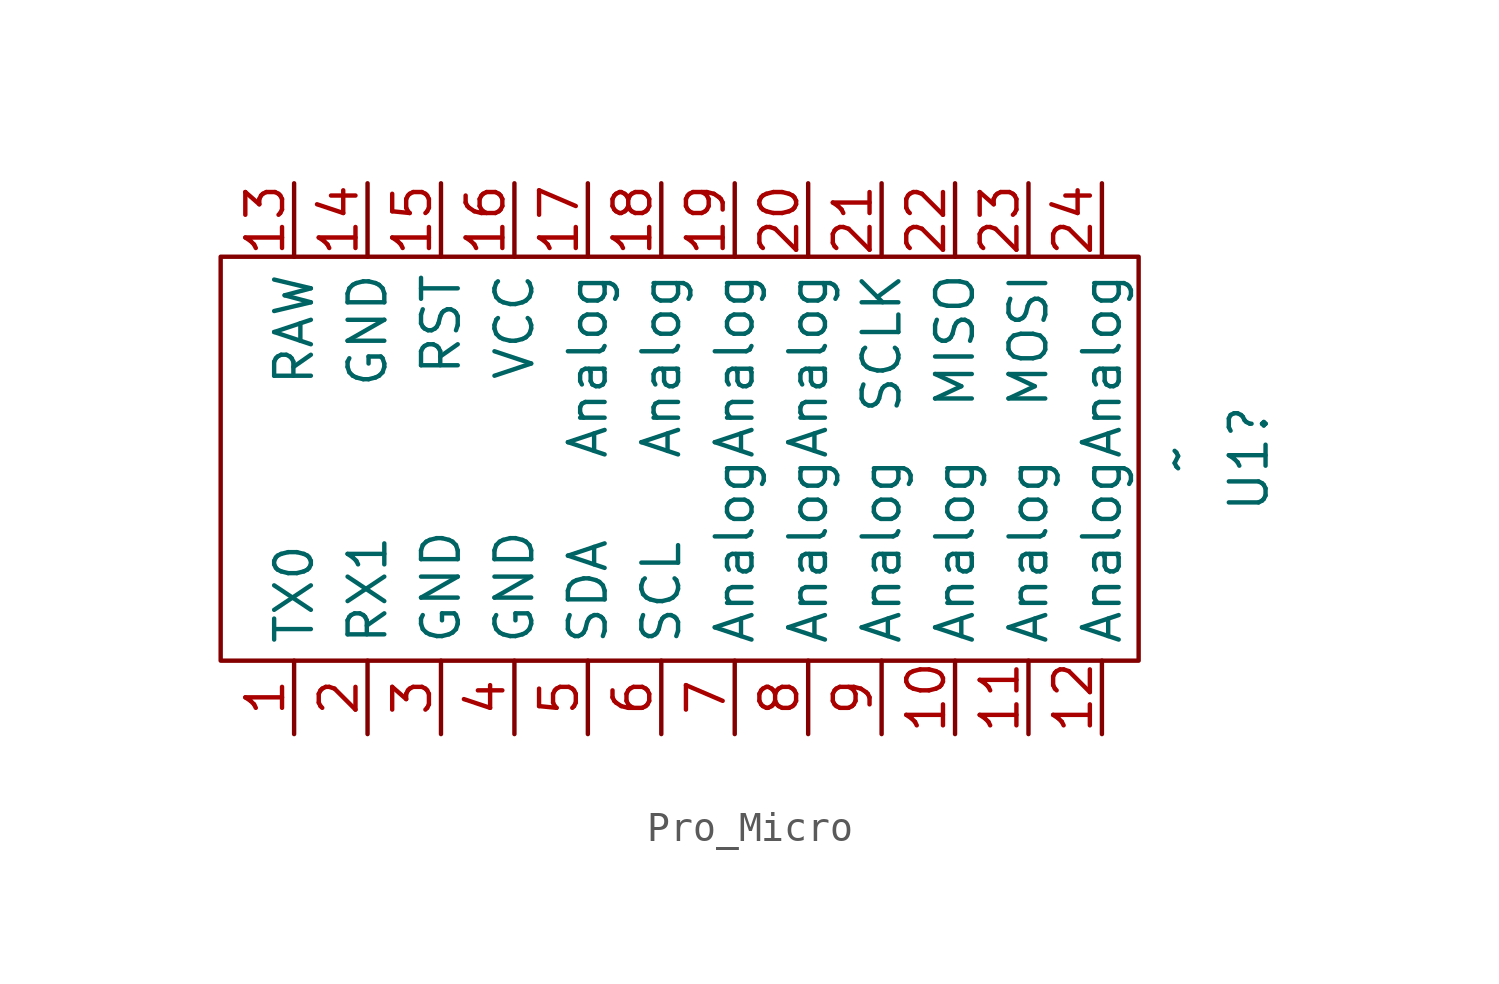
<source format=kicad_sym>
(kicad_symbol_lib
  (version 20231120)
  (generator "kicad_symbol_editor")
  (generator_version "8.0")
  (symbol "Pro_Micro"
    (property "Reference" "U1"
      (at 29.21 -4.445 90)
      (effects (font (size 1.27 1.27))))
    (property "Value" "~"
      (at 26.67 -4.445 90)
      (effects (font (size 1.27 1.27))))
    (symbol "Pro_Micro_0_1"
      (rectangle (start -6.35 2.54) (end 25.4 -11.43) (stroke (width 0) (type default)) (fill (type none))))
    (symbol "Pro_Micro_1_1"
      (pin input line (at -3.81 -13.97 90) (length 2.54) (name "TX0" (effects (font (size 1.27 1.27)))) (number "1" (effects (font (size 1.27 1.27)))))
      (pin input line (at 19.05 -13.97 90) (length 2.54) (name "Analog" (effects (font (size 1.27 1.27)))) (number "10" (effects (font (size 1.27 1.27)))))
      (pin input line (at 21.59 -13.97 90) (length 2.54) (name "Analog" (effects (font (size 1.27 1.27)))) (number "11" (effects (font (size 1.27 1.27)))))
      (pin input line (at 24.13 -13.97 90) (length 2.54) (name "Analog" (effects (font (size 1.27 1.27)))) (number "12" (effects (font (size 1.27 1.27)))))
      (pin input line (at -3.81 5.08 270) (length 2.54) (name "RAW" (effects (font (size 1.27 1.27)))) (number "13" (effects (font (size 1.27 1.27)))))
      (pin input line (at -1.27 5.08 270) (length 2.54) (name "GND" (effects (font (size 1.27 1.27)))) (number "14" (effects (font (size 1.27 1.27)))))
      (pin input line (at 1.27 5.08 270) (length 2.54) (name "RST" (effects (font (size 1.27 1.27)))) (number "15" (effects (font (size 1.27 1.27)))))
      (pin input line (at 3.81 5.08 270) (length 2.54) (name "VCC" (effects (font (size 1.27 1.27)))) (number "16" (effects (font (size 1.27 1.27)))))
      (pin input line (at 6.35 5.08 270) (length 2.54) (name "Analog" (effects (font (size 1.27 1.27)))) (number "17" (effects (font (size 1.27 1.27)))))
      (pin input line (at 8.89 5.08 270) (length 2.54) (name "Analog" (effects (font (size 1.27 1.27)))) (number "18" (effects (font (size 1.27 1.27)))))
      (pin input line (at 11.43 5.08 270) (length 2.54) (name "Analog" (effects (font (size 1.27 1.27)))) (number "19" (effects (font (size 1.27 1.27)))))
      (pin input line (at -1.27 -13.97 90) (length 2.54) (name "RX1" (effects (font (size 1.27 1.27)))) (number "2" (effects (font (size 1.27 1.27)))))
      (pin input line (at 13.97 5.08 270) (length 2.54) (name "Analog" (effects (font (size 1.27 1.27)))) (number "20" (effects (font (size 1.27 1.27)))))
      (pin input line (at 16.51 5.08 270) (length 2.54) (name "SCLK" (effects (font (size 1.27 1.27)))) (number "21" (effects (font (size 1.27 1.27)))))
      (pin input line (at 19.05 5.08 270) (length 2.54) (name "MISO" (effects (font (size 1.27 1.27)))) (number "22" (effects (font (size 1.27 1.27)))))
      (pin input line (at 21.59 5.08 270) (length 2.54) (name "MOSI" (effects (font (size 1.27 1.27)))) (number "23" (effects (font (size 1.27 1.27)))))
      (pin input line (at 24.13 5.08 270) (length 2.54) (name "Analog" (effects (font (size 1.27 1.27)))) (number "24" (effects (font (size 1.27 1.27)))))
      (pin input line (at 1.27 -13.97 90) (length 2.54) (name "GND" (effects (font (size 1.27 1.27)))) (number "3" (effects (font (size 1.27 1.27)))))
      (pin input line (at 3.81 -13.97 90) (length 2.54) (name "GND" (effects (font (size 1.27 1.27)))) (number "4" (effects (font (size 1.27 1.27)))))
      (pin input line (at 6.35 -13.97 90) (length 2.54) (name "SDA" (effects (font (size 1.27 1.27)))) (number "5" (effects (font (size 1.27 1.27)))))
      (pin input line (at 8.89 -13.97 90) (length 2.54) (name "SCL" (effects (font (size 1.27 1.27)))) (number "6" (effects (font (size 1.27 1.27)))))
      (pin input line (at 11.43 -13.97 90) (length 2.54) (name "Analog" (effects (font (size 1.27 1.27)))) (number "7" (effects (font (size 1.27 1.27)))))
      (pin input line (at 13.97 -13.97 90) (length 2.54) (name "Analog" (effects (font (size 1.27 1.27)))) (number "8" (effects (font (size 1.27 1.27)))))
      (pin input line (at 16.51 -13.97 90) (length 2.54) (name "Analog" (effects (font (size 1.27 1.27)))) (number "9" (effects (font (size 1.27 1.27))))))))
</source>
